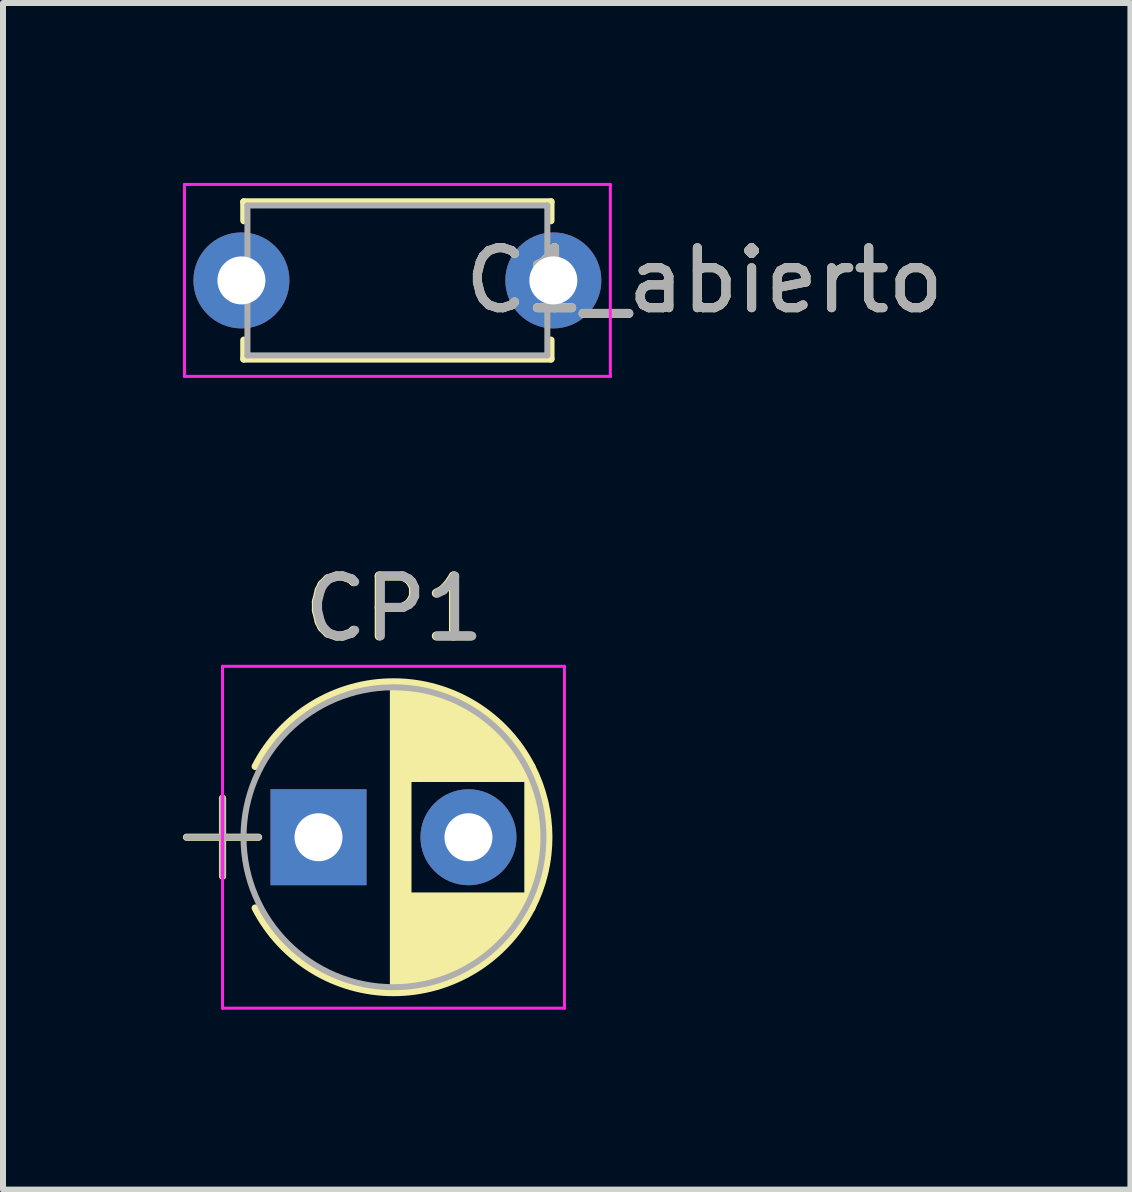
<source format=kicad_pcb>
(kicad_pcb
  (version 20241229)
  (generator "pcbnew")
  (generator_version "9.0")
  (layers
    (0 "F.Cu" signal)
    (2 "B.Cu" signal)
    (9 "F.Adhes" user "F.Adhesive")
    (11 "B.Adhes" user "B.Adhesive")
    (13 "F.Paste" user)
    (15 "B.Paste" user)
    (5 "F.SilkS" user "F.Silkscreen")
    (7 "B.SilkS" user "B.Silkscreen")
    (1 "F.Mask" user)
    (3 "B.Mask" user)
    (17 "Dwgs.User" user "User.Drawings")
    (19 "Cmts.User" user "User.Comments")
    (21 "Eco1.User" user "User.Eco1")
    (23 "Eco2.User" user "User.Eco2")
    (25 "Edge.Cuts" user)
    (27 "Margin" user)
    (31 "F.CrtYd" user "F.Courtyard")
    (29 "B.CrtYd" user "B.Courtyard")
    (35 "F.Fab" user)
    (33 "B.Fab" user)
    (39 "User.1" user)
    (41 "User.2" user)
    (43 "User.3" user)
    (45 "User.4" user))
  (footprint "CP1"
    (layer "F.Cu")
    (at 2.26 10.908)
    (property "Reference" "CP1" (at 1.25 -3.81 0) (layer "F.SilkS") (effects (font (size 1 1) (thickness 0.15))))
    (attr through_hole)
    (fp_line (start -2.2 0) (end -1 0) (stroke (width 0.12) (type solid)) (layer "F.SilkS"))
    (fp_line (start -1.6 -0.65) (end -1.6 0.65) (stroke (width 0.12) (type solid)) (layer "F.SilkS"))
    (fp_line (start 1.25 -2.55) (end 1.25 2.55) (stroke (width 0.12) (type solid)) (layer "F.SilkS"))
    (fp_line (start 1.29 -2.55) (end 1.29 2.55) (stroke (width 0.12) (type solid)) (layer "F.SilkS"))
    (fp_line (start 1.33 -2.549) (end 1.33 2.549) (stroke (width 0.12) (type solid)) (layer "F.SilkS"))
    (fp_line (start 1.37 -2.548) (end 1.37 2.548) (stroke (width 0.12) (type solid)) (layer "F.SilkS"))
    (fp_line (start 1.41 -2.546) (end 1.41 2.546) (stroke (width 0.12) (type solid)) (layer "F.SilkS"))
    (fp_line (start 1.45 -2.543) (end 1.45 2.543) (stroke (width 0.12) (type solid)) (layer "F.SilkS"))
    (fp_line (start 1.49 -2.539) (end 1.49 2.539) (stroke (width 0.12) (type solid)) (layer "F.SilkS"))
    (fp_line (start 1.53 -2.535) (end 1.53 -0.98) (stroke (width 0.12) (type solid)) (layer "F.SilkS"))
    (fp_line (start 1.53 0.98) (end 1.53 2.535) (stroke (width 0.12) (type solid)) (layer "F.SilkS"))
    (fp_line (start 1.57 -2.531) (end 1.57 -0.98) (stroke (width 0.12) (type solid)) (layer "F.SilkS"))
    (fp_line (start 1.57 0.98) (end 1.57 2.531) (stroke (width 0.12) (type solid)) (layer "F.SilkS"))
    (fp_line (start 1.61 -2.525) (end 1.61 -0.98) (stroke (width 0.12) (type solid)) (layer "F.SilkS"))
    (fp_line (start 1.61 0.98) (end 1.61 2.525) (stroke (width 0.12) (type solid)) (layer "F.SilkS"))
    (fp_line (start 1.65 -2.519) (end 1.65 -0.98) (stroke (width 0.12) (type solid)) (layer "F.SilkS"))
    (fp_line (start 1.65 0.98) (end 1.65 2.519) (stroke (width 0.12) (type solid)) (layer "F.SilkS"))
    (fp_line (start 1.69 -2.513) (end 1.69 -0.98) (stroke (width 0.12) (type solid)) (layer "F.SilkS"))
    (fp_line (start 1.69 0.98) (end 1.69 2.513) (stroke (width 0.12) (type solid)) (layer "F.SilkS"))
    (fp_line (start 1.73 -2.506) (end 1.73 -0.98) (stroke (width 0.12) (type solid)) (layer "F.SilkS"))
    (fp_line (start 1.73 0.98) (end 1.73 2.506) (stroke (width 0.12) (type solid)) (layer "F.SilkS"))
    (fp_line (start 1.77 -2.498) (end 1.77 -0.98) (stroke (width 0.12) (type solid)) (layer "F.SilkS"))
    (fp_line (start 1.77 0.98) (end 1.77 2.498) (stroke (width 0.12) (type solid)) (layer "F.SilkS"))
    (fp_line (start 1.81 -2.489) (end 1.81 -0.98) (stroke (width 0.12) (type solid)) (layer "F.SilkS"))
    (fp_line (start 1.81 0.98) (end 1.81 2.489) (stroke (width 0.12) (type solid)) (layer "F.SilkS"))
    (fp_line (start 1.85 -2.48) (end 1.85 -0.98) (stroke (width 0.12) (type solid)) (layer "F.SilkS"))
    (fp_line (start 1.85 0.98) (end 1.85 2.48) (stroke (width 0.12) (type solid)) (layer "F.SilkS"))
    (fp_line (start 1.89 -2.47) (end 1.89 -0.98) (stroke (width 0.12) (type solid)) (layer "F.SilkS"))
    (fp_line (start 1.89 0.98) (end 1.89 2.47) (stroke (width 0.12) (type solid)) (layer "F.SilkS"))
    (fp_line (start 1.93 -2.46) (end 1.93 -0.98) (stroke (width 0.12) (type solid)) (layer "F.SilkS"))
    (fp_line (start 1.93 0.98) (end 1.93 2.46) (stroke (width 0.12) (type solid)) (layer "F.SilkS"))
    (fp_line (start 1.971 -2.448) (end 1.971 -0.98) (stroke (width 0.12) (type solid)) (layer "F.SilkS"))
    (fp_line (start 1.971 0.98) (end 1.971 2.448) (stroke (width 0.12) (type solid)) (layer "F.SilkS"))
    (fp_line (start 2.011 -2.436) (end 2.011 -0.98) (stroke (width 0.12) (type solid)) (layer "F.SilkS"))
    (fp_line (start 2.011 0.98) (end 2.011 2.436) (stroke (width 0.12) (type solid)) (layer "F.SilkS"))
    (fp_line (start 2.051 -2.424) (end 2.051 -0.98) (stroke (width 0.12) (type solid)) (layer "F.SilkS"))
    (fp_line (start 2.051 0.98) (end 2.051 2.424) (stroke (width 0.12) (type solid)) (layer "F.SilkS"))
    (fp_line (start 2.091 -2.41) (end 2.091 -0.98) (stroke (width 0.12) (type solid)) (layer "F.SilkS"))
    (fp_line (start 2.091 0.98) (end 2.091 2.41) (stroke (width 0.12) (type solid)) (layer "F.SilkS"))
    (fp_line (start 2.131 -2.396) (end 2.131 -0.98) (stroke (width 0.12) (type solid)) (layer "F.SilkS"))
    (fp_line (start 2.131 0.98) (end 2.131 2.396) (stroke (width 0.12) (type solid)) (layer "F.SilkS"))
    (fp_line (start 2.171 -2.382) (end 2.171 -0.98) (stroke (width 0.12) (type solid)) (layer "F.SilkS"))
    (fp_line (start 2.171 0.98) (end 2.171 2.382) (stroke (width 0.12) (type solid)) (layer "F.SilkS"))
    (fp_line (start 2.211 -2.366) (end 2.211 -0.98) (stroke (width 0.12) (type solid)) (layer "F.SilkS"))
    (fp_line (start 2.211 0.98) (end 2.211 2.366) (stroke (width 0.12) (type solid)) (layer "F.SilkS"))
    (fp_line (start 2.251 -2.35) (end 2.251 -0.98) (stroke (width 0.12) (type solid)) (layer "F.SilkS"))
    (fp_line (start 2.251 0.98) (end 2.251 2.35) (stroke (width 0.12) (type solid)) (layer "F.SilkS"))
    (fp_line (start 2.291 -2.333) (end 2.291 -0.98) (stroke (width 0.12) (type solid)) (layer "F.SilkS"))
    (fp_line (start 2.291 0.98) (end 2.291 2.333) (stroke (width 0.12) (type solid)) (layer "F.SilkS"))
    (fp_line (start 2.331 -2.315) (end 2.331 -0.98) (stroke (width 0.12) (type solid)) (layer "F.SilkS"))
    (fp_line (start 2.331 0.98) (end 2.331 2.315) (stroke (width 0.12) (type solid)) (layer "F.SilkS"))
    (fp_line (start 2.371 -2.296) (end 2.371 -0.98) (stroke (width 0.12) (type solid)) (layer "F.SilkS"))
    (fp_line (start 2.371 0.98) (end 2.371 2.296) (stroke (width 0.12) (type solid)) (layer "F.SilkS"))
    (fp_line (start 2.411 -2.276) (end 2.411 -0.98) (stroke (width 0.12) (type solid)) (layer "F.SilkS"))
    (fp_line (start 2.411 0.98) (end 2.411 2.276) (stroke (width 0.12) (type solid)) (layer "F.SilkS"))
    (fp_line (start 2.451 -2.256) (end 2.451 -0.98) (stroke (width 0.12) (type solid)) (layer "F.SilkS"))
    (fp_line (start 2.451 0.98) (end 2.451 2.256) (stroke (width 0.12) (type solid)) (layer "F.SilkS"))
    (fp_line (start 2.491 -2.234) (end 2.491 -0.98) (stroke (width 0.12) (type solid)) (layer "F.SilkS"))
    (fp_line (start 2.491 0.98) (end 2.491 2.234) (stroke (width 0.12) (type solid)) (layer "F.SilkS"))
    (fp_line (start 2.531 -2.212) (end 2.531 -0.98) (stroke (width 0.12) (type solid)) (layer "F.SilkS"))
    (fp_line (start 2.531 0.98) (end 2.531 2.212) (stroke (width 0.12) (type solid)) (layer "F.SilkS"))
    (fp_line (start 2.571 -2.189) (end 2.571 -0.98) (stroke (width 0.12) (type solid)) (layer "F.SilkS"))
    (fp_line (start 2.571 0.98) (end 2.571 2.189) (stroke (width 0.12) (type solid)) (layer "F.SilkS"))
    (fp_line (start 2.611 -2.165) (end 2.611 -0.98) (stroke (width 0.12) (type solid)) (layer "F.SilkS"))
    (fp_line (start 2.611 0.98) (end 2.611 2.165) (stroke (width 0.12) (type solid)) (layer "F.SilkS"))
    (fp_line (start 2.651 -2.14) (end 2.651 -0.98) (stroke (width 0.12) (type solid)) (layer "F.SilkS"))
    (fp_line (start 2.651 0.98) (end 2.651 2.14) (stroke (width 0.12) (type solid)) (layer "F.SilkS"))
    (fp_line (start 2.691 -2.113) (end 2.691 -0.98) (stroke (width 0.12) (type solid)) (layer "F.SilkS"))
    (fp_line (start 2.691 0.98) (end 2.691 2.113) (stroke (width 0.12) (type solid)) (layer "F.SilkS"))
    (fp_line (start 2.731 -2.086) (end 2.731 -0.98) (stroke (width 0.12) (type solid)) (layer "F.SilkS"))
    (fp_line (start 2.731 0.98) (end 2.731 2.086) (stroke (width 0.12) (type solid)) (layer "F.SilkS"))
    (fp_line (start 2.771 -2.058) (end 2.771 -0.98) (stroke (width 0.12) (type solid)) (layer "F.SilkS"))
    (fp_line (start 2.771 0.98) (end 2.771 2.058) (stroke (width 0.12) (type solid)) (layer "F.SilkS"))
    (fp_line (start 2.811 -2.028) (end 2.811 -0.98) (stroke (width 0.12) (type solid)) (layer "F.SilkS"))
    (fp_line (start 2.811 0.98) (end 2.811 2.028) (stroke (width 0.12) (type solid)) (layer "F.SilkS"))
    (fp_line (start 2.851 -1.997) (end 2.851 -0.98) (stroke (width 0.12) (type solid)) (layer "F.SilkS"))
    (fp_line (start 2.851 0.98) (end 2.851 1.997) (stroke (width 0.12) (type solid)) (layer "F.SilkS"))
    (fp_line (start 2.891 -1.965) (end 2.891 -0.98) (stroke (width 0.12) (type solid)) (layer "F.SilkS"))
    (fp_line (start 2.891 0.98) (end 2.891 1.965) (stroke (width 0.12) (type solid)) (layer "F.SilkS"))
    (fp_line (start 2.931 -1.932) (end 2.931 -0.98) (stroke (width 0.12) (type solid)) (layer "F.SilkS"))
    (fp_line (start 2.931 0.98) (end 2.931 1.932) (stroke (width 0.12) (type solid)) (layer "F.SilkS"))
    (fp_line (start 2.971 -1.897) (end 2.971 -0.98) (stroke (width 0.12) (type solid)) (layer "F.SilkS"))
    (fp_line (start 2.971 0.98) (end 2.971 1.897) (stroke (width 0.12) (type solid)) (layer "F.SilkS"))
    (fp_line (start 3.011 -1.861) (end 3.011 -0.98) (stroke (width 0.12) (type solid)) (layer "F.SilkS"))
    (fp_line (start 3.011 0.98) (end 3.011 1.861) (stroke (width 0.12) (type solid)) (layer "F.SilkS"))
    (fp_line (start 3.051 -1.823) (end 3.051 -0.98) (stroke (width 0.12) (type solid)) (layer "F.SilkS"))
    (fp_line (start 3.051 0.98) (end 3.051 1.823) (stroke (width 0.12) (type solid)) (layer "F.SilkS"))
    (fp_line (start 3.091 -1.783) (end 3.091 -0.98) (stroke (width 0.12) (type solid)) (layer "F.SilkS"))
    (fp_line (start 3.091 0.98) (end 3.091 1.783) (stroke (width 0.12) (type solid)) (layer "F.SilkS"))
    (fp_line (start 3.131 -1.742) (end 3.131 -0.98) (stroke (width 0.12) (type solid)) (layer "F.SilkS"))
    (fp_line (start 3.131 0.98) (end 3.131 1.742) (stroke (width 0.12) (type solid)) (layer "F.SilkS"))
    (fp_line (start 3.171 -1.699) (end 3.171 -0.98) (stroke (width 0.12) (type solid)) (layer "F.SilkS"))
    (fp_line (start 3.171 0.98) (end 3.171 1.699) (stroke (width 0.12) (type solid)) (layer "F.SilkS"))
    (fp_line (start 3.211 -1.654) (end 3.211 -0.98) (stroke (width 0.12) (type solid)) (layer "F.SilkS"))
    (fp_line (start 3.211 0.98) (end 3.211 1.654) (stroke (width 0.12) (type solid)) (layer "F.SilkS"))
    (fp_line (start 3.251 -1.606) (end 3.251 -0.98) (stroke (width 0.12) (type solid)) (layer "F.SilkS"))
    (fp_line (start 3.251 0.98) (end 3.251 1.606) (stroke (width 0.12) (type solid)) (layer "F.SilkS"))
    (fp_line (start 3.291 -1.556) (end 3.291 -0.98) (stroke (width 0.12) (type solid)) (layer "F.SilkS"))
    (fp_line (start 3.291 0.98) (end 3.291 1.556) (stroke (width 0.12) (type solid)) (layer "F.SilkS"))
    (fp_line (start 3.331 -1.504) (end 3.331 -0.98) (stroke (width 0.12) (type solid)) (layer "F.SilkS"))
    (fp_line (start 3.331 0.98) (end 3.331 1.504) (stroke (width 0.12) (type solid)) (layer "F.SilkS"))
    (fp_line (start 3.371 -1.448) (end 3.371 -0.98) (stroke (width 0.12) (type solid)) (layer "F.SilkS"))
    (fp_line (start 3.371 0.98) (end 3.371 1.448) (stroke (width 0.12) (type solid)) (layer "F.SilkS"))
    (fp_line (start 3.411 -1.39) (end 3.411 -0.98) (stroke (width 0.12) (type solid)) (layer "F.SilkS"))
    (fp_line (start 3.411 0.98) (end 3.411 1.39) (stroke (width 0.12) (type solid)) (layer "F.SilkS"))
    (fp_line (start 3.451 -1.327) (end 3.451 -0.98) (stroke (width 0.12) (type solid)) (layer "F.SilkS"))
    (fp_line (start 3.451 0.98) (end 3.451 1.327) (stroke (width 0.12) (type solid)) (layer "F.SilkS"))
    (fp_line (start 3.491 -1.261) (end 3.491 1.261) (stroke (width 0.12) (type solid)) (layer "F.SilkS"))
    (fp_line (start 3.531 -1.189) (end 3.531 1.189) (stroke (width 0.12) (type solid)) (layer "F.SilkS"))
    (fp_line (start 3.571 -1.112) (end 3.571 1.112) (stroke (width 0.12) (type solid)) (layer "F.SilkS"))
    (fp_line (start 3.611 -1.028) (end 3.611 1.028) (stroke (width 0.12) (type solid)) (layer "F.SilkS"))
    (fp_line (start 3.651 -0.934) (end 3.651 0.934) (stroke (width 0.12) (type solid)) (layer "F.SilkS"))
    (fp_line (start 3.691 -0.829) (end 3.691 0.829) (stroke (width 0.12) (type solid)) (layer "F.SilkS"))
    (fp_line (start 3.731 -0.707) (end 3.731 0.707) (stroke (width 0.12) (type solid)) (layer "F.SilkS"))
    (fp_line (start 3.771 -0.559) (end 3.771 0.559) (stroke (width 0.12) (type solid)) (layer "F.SilkS"))
    (fp_line (start 3.811 -0.354) (end 3.811 0.354) (stroke (width 0.12) (type solid)) (layer "F.SilkS"))
    (fp_arc (start -1.05558 -1.18) (mid 1.250156 -2.59) (end 3.555722 -1.179722) (stroke (width 0.12) (type solid)) (layer "F.SilkS"))
    (fp_arc (start 3.55558 -1.18) (mid 3.84 -0.000156) (end 3.555722 1.179722) (stroke (width 0.12) (type solid)) (layer "F.SilkS"))
    (fp_arc (start 3.555722 1.179722) (mid 1.250156 2.59) (end -1.05558 1.18) (stroke (width 0.12) (type solid)) (layer "F.SilkS"))
    (fp_line (start -1.6 -2.85) (end -1.6 2.85) (stroke (width 0.05) (type solid)) (layer "F.CrtYd"))
    (fp_line (start -1.6 2.85) (end 4.1 2.85) (stroke (width 0.05) (type solid)) (layer "F.CrtYd"))
    (fp_line (start 4.1 -2.85) (end -1.6 -2.85) (stroke (width 0.05) (type solid)) (layer "F.CrtYd"))
    (fp_line (start 4.1 2.85) (end 4.1 -2.85) (stroke (width 0.05) (type solid)) (layer "F.CrtYd"))
    (fp_line (start -2.2 0) (end -1 0) (stroke (width 0.1) (type solid)) (layer "F.Fab"))
    (fp_line (start -1.6 -0.65) (end -1.6 0.65) (stroke (width 0.1) (type solid)) (layer "F.Fab"))
    (fp_circle (center 1.25 0) (end 3.75 0) (stroke (width 0.1) (type solid)) (fill no) (layer "F.Fab"))
    (fp_text user "${REFERENCE}" (at 1.27 -3.81 0) (layer "F.Fab") (effects (font (size 1 1) (thickness 0.15))))
    (pad "1" thru_hole rect (at 0 0) (size 1.6 1.6) (drill 0.8) (layers "*.Cu" "*.Mask"))
    (pad "2" thru_hole circle (at 2.5 0) (size 1.6 1.6) (drill 0.8) (layers "*.Cu" "*.Mask")))
  (footprint "C1_abierto"
    (layer "F.Cu")
    (at 1.075 1.625)
    (property "Reference" "C1_abierto" (at 7.62 0 0) (layer "F.SilkS") (effects (font (size 1 1) (thickness 0.15))))
    (attr through_hole)
    (fp_line (start -0.06 -1.31) (end -0.06 -0.996) (stroke (width 0.12) (type solid)) (layer "F.SilkS"))
    (fp_line (start -0.06 -1.31) (end 5.06 -1.31) (stroke (width 0.12) (type solid)) (layer "F.SilkS"))
    (fp_line (start -0.06 0.996) (end -0.06 1.31) (stroke (width 0.12) (type solid)) (layer "F.SilkS"))
    (fp_line (start -0.06 1.31) (end 5.06 1.31) (stroke (width 0.12) (type solid)) (layer "F.SilkS"))
    (fp_line (start 5.06 -1.31) (end 5.06 -0.996) (stroke (width 0.12) (type solid)) (layer "F.SilkS"))
    (fp_line (start 5.06 0.996) (end 5.06 1.31) (stroke (width 0.12) (type solid)) (layer "F.SilkS"))
    (fp_line (start -1.05 -1.6) (end -1.05 1.6) (stroke (width 0.05) (type solid)) (layer "F.CrtYd"))
    (fp_line (start -1.05 1.6) (end 6.05 1.6) (stroke (width 0.05) (type solid)) (layer "F.CrtYd"))
    (fp_line (start 6.05 -1.6) (end -1.05 -1.6) (stroke (width 0.05) (type solid)) (layer "F.CrtYd"))
    (fp_line (start 6.05 1.6) (end 6.05 -1.6) (stroke (width 0.05) (type solid)) (layer "F.CrtYd"))
    (fp_line (start 0 -1.25) (end 0 1.25) (stroke (width 0.1) (type solid)) (layer "F.Fab"))
    (fp_line (start 0 1.25) (end 5 1.25) (stroke (width 0.1) (type solid)) (layer "F.Fab"))
    (fp_line (start 5 -1.25) (end 0 -1.25) (stroke (width 0.1) (type solid)) (layer "F.Fab"))
    (fp_line (start 5 1.25) (end 5 -1.25) (stroke (width 0.1) (type solid)) (layer "F.Fab"))
    (fp_text user "${REFERENCE}" (at 7.62 0 0) (layer "F.Fab") (effects (font (size 1 1) (thickness 0.15))))
    (pad "1" thru_hole circle (at -0.1 0) (size 1.6 1.6) (drill 0.8) (layers "*.Cu" "*.Mask"))
    (pad "2" thru_hole circle (at 5.1 0) (size 1.6 1.6) (drill 0.8) (layers "*.Cu" "*.Mask")))
  (gr_rect
    (start -3 -3)
    (end 15.796 16.783)
    (stroke (width 0.1) (type default))
    (fill no)
    (layer "Edge.Cuts")))
</source>
